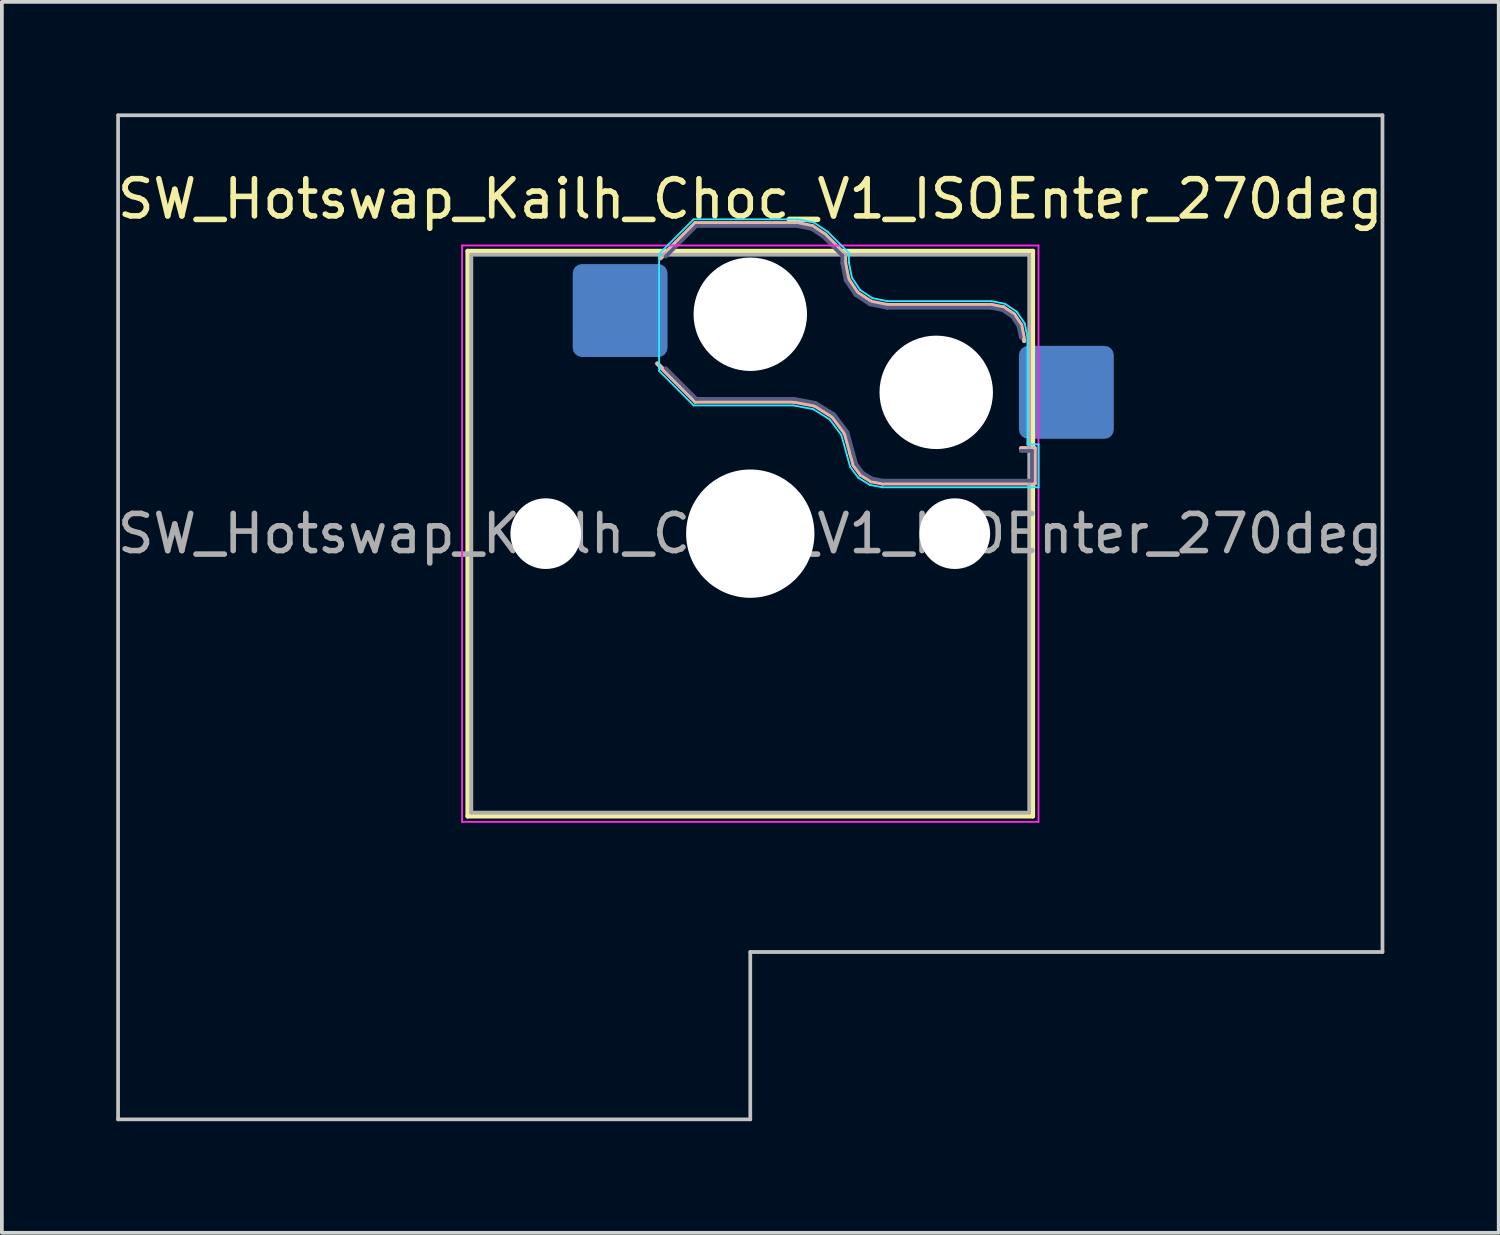
<source format=kicad_pcb>
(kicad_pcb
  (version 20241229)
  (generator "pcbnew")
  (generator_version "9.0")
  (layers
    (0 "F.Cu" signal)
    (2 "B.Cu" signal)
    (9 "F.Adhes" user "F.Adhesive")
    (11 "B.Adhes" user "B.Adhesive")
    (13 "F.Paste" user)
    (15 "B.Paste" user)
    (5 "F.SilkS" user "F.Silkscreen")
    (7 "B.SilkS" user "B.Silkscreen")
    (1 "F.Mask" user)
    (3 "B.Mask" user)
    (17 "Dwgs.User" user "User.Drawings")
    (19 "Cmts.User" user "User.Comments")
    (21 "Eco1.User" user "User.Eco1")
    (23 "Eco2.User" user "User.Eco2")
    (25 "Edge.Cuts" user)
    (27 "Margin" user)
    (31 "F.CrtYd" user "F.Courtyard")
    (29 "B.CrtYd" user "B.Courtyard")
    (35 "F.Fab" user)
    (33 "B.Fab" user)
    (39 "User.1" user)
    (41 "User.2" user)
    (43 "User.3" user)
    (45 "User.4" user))
  (footprint "SW_Hotswap_Kailh_Choc_V1_ISOEnter_270deg"
    (layer "F.Cu")
    (at 17.125 11.3)
    (property "Reference" "SW_Hotswap_Kailh_Choc_V1_ISOEnter_270deg" (at 0 -9 0) (layer "F.SilkS") (effects (font (size 1 1) (thickness 0.15))))
    (attr smd)
    (fp_line (start -7.6 -7.6) (end -7.6 7.6) (stroke (width 0.12) (type solid)) (layer "F.SilkS"))
    (fp_line (start -7.6 7.6) (end 7.6 7.6) (stroke (width 0.12) (type solid)) (layer "F.SilkS"))
    (fp_line (start 7.6 -7.6) (end -7.6 -7.6) (stroke (width 0.12) (type solid)) (layer "F.SilkS"))
    (fp_line (start 7.6 7.6) (end 7.6 -7.6) (stroke (width 0.12) (type solid)) (layer "F.SilkS"))
    (fp_line (start -2.416 -7.409) (end -1.479 -8.346) (stroke (width 0.12) (type solid)) (layer "B.SilkS"))
    (fp_line (start -1.479 -8.346) (end 1.268 -8.346) (stroke (width 0.12) (type solid)) (layer "B.SilkS"))
    (fp_line (start -1.479 -3.554) (end -2.5 -4.575) (stroke (width 0.12) (type solid)) (layer "B.SilkS"))
    (fp_line (start 1.168 -3.554) (end -1.479 -3.554) (stroke (width 0.12) (type solid)) (layer "B.SilkS"))
    (fp_line (start 1.268 -8.346) (end 1.671 -8.266) (stroke (width 0.12) (type solid)) (layer "B.SilkS"))
    (fp_line (start 1.671 -8.266) (end 2.013 -8.037) (stroke (width 0.12) (type solid)) (layer "B.SilkS"))
    (fp_line (start 1.73 -3.449) (end 1.168 -3.554) (stroke (width 0.12) (type solid)) (layer "B.SilkS"))
    (fp_line (start 2.013 -8.037) (end 2.546 -7.504) (stroke (width 0.12) (type solid)) (layer "B.SilkS"))
    (fp_line (start 2.209 -3.15) (end 1.73 -3.449) (stroke (width 0.12) (type solid)) (layer "B.SilkS"))
    (fp_line (start 2.546 -7.504) (end 2.546 -7.282) (stroke (width 0.12) (type solid)) (layer "B.SilkS"))
    (fp_line (start 2.546 -7.282) (end 2.633 -6.844) (stroke (width 0.12) (type solid)) (layer "B.SilkS"))
    (fp_line (start 2.547 -2.697) (end 2.209 -3.15) (stroke (width 0.12) (type solid)) (layer "B.SilkS"))
    (fp_line (start 2.633 -6.844) (end 2.877 -6.477) (stroke (width 0.12) (type solid)) (layer "B.SilkS"))
    (fp_line (start 2.701 -2.139) (end 2.547 -2.697) (stroke (width 0.12) (type solid)) (layer "B.SilkS"))
    (fp_line (start 2.783 -1.841) (end 2.701 -2.139) (stroke (width 0.12) (type solid)) (layer "B.SilkS"))
    (fp_line (start 2.877 -6.477) (end 3.244 -6.233) (stroke (width 0.12) (type solid)) (layer "B.SilkS"))
    (fp_line (start 2.976 -1.583) (end 2.783 -1.841) (stroke (width 0.12) (type solid)) (layer "B.SilkS"))
    (fp_line (start 3.244 -6.233) (end 3.682 -6.146) (stroke (width 0.12) (type solid)) (layer "B.SilkS"))
    (fp_line (start 3.25 -1.413) (end 2.976 -1.583) (stroke (width 0.12) (type solid)) (layer "B.SilkS"))
    (fp_line (start 3.56 -1.354) (end 3.25 -1.413) (stroke (width 0.12) (type solid)) (layer "B.SilkS"))
    (fp_line (start 3.682 -6.146) (end 6.482 -6.146) (stroke (width 0.12) (type solid)) (layer "B.SilkS"))
    (fp_line (start 6.482 -6.146) (end 6.809 -6.081) (stroke (width 0.12) (type solid)) (layer "B.SilkS"))
    (fp_line (start 6.809 -6.081) (end 7.092 -5.892) (stroke (width 0.12) (type solid)) (layer "B.SilkS"))
    (fp_line (start 7.092 -5.892) (end 7.281 -5.609) (stroke (width 0.12) (type solid)) (layer "B.SilkS"))
    (fp_line (start 7.281 -5.609) (end 7.366 -5.182) (stroke (width 0.12) (type solid)) (layer "B.SilkS"))
    (fp_line (start 7.283 -2.296) (end 7.646 -2.296) (stroke (width 0.12) (type solid)) (layer "B.SilkS"))
    (fp_line (start 7.646 -2.296) (end 7.646 -1.354) (stroke (width 0.12) (type solid)) (layer "B.SilkS"))
    (fp_line (start 7.646 -1.354) (end 3.56 -1.354) (stroke (width 0.12) (type solid)) (layer "B.SilkS"))
    (fp_line (start -17 -11.25) (end -17 15.75) (stroke (width 0.1) (type solid)) (layer "Dwgs.User"))
    (fp_line (start -17 15.75) (end 0 15.75) (stroke (width 0.1) (type solid)) (layer "Dwgs.User"))
    (fp_line (start 0 11.25) (end 17 11.25) (stroke (width 0.1) (type solid)) (layer "Dwgs.User"))
    (fp_line (start 0 15.75) (end 0 11.25) (stroke (width 0.1) (type solid)) (layer "Dwgs.User"))
    (fp_line (start 17 -11.25) (end -17 -11.25) (stroke (width 0.1) (type solid)) (layer "Dwgs.User"))
    (fp_line (start 17 11.25) (end 17 -11.25) (stroke (width 0.1) (type solid)) (layer "Dwgs.User"))
    (fp_line (start -7.25 -7.25) (end -7.25 7.25) (stroke (width 0.1) (type solid)) (layer "Eco1.User"))
    (fp_line (start -7.25 7.25) (end 7.25 7.25) (stroke (width 0.1) (type solid)) (layer "Eco1.User"))
    (fp_line (start 7.25 -7.25) (end -7.25 -7.25) (stroke (width 0.1) (type solid)) (layer "Eco1.User"))
    (fp_line (start 7.25 7.25) (end 7.25 -7.25) (stroke (width 0.1) (type solid)) (layer "Eco1.User"))
    (fp_line (start -2.452 -7.523) (end -1.523 -8.452) (stroke (width 0.05) (type solid)) (layer "B.CrtYd"))
    (fp_line (start -2.452 -4.377) (end -2.452 -7.523) (stroke (width 0.05) (type solid)) (layer "B.CrtYd"))
    (fp_line (start -1.523 -8.452) (end 1.278 -8.452) (stroke (width 0.05) (type solid)) (layer "B.CrtYd"))
    (fp_line (start -1.523 -3.448) (end -2.452 -4.377) (stroke (width 0.05) (type solid)) (layer "B.CrtYd"))
    (fp_line (start 1.159 -3.448) (end -1.523 -3.448) (stroke (width 0.05) (type solid)) (layer "B.CrtYd"))
    (fp_line (start 1.278 -8.452) (end 1.712 -8.366) (stroke (width 0.05) (type solid)) (layer "B.CrtYd"))
    (fp_line (start 1.691 -3.348) (end 1.159 -3.448) (stroke (width 0.05) (type solid)) (layer "B.CrtYd"))
    (fp_line (start 1.712 -8.366) (end 2.081 -8.119) (stroke (width 0.05) (type solid)) (layer "B.CrtYd"))
    (fp_line (start 2.081 -8.119) (end 2.652 -7.548) (stroke (width 0.05) (type solid)) (layer "B.CrtYd"))
    (fp_line (start 2.136 -3.071) (end 1.691 -3.348) (stroke (width 0.05) (type solid)) (layer "B.CrtYd"))
    (fp_line (start 2.45 -2.65) (end 2.136 -3.071) (stroke (width 0.05) (type solid)) (layer "B.CrtYd"))
    (fp_line (start 2.599 -2.111) (end 2.45 -2.65) (stroke (width 0.05) (type solid)) (layer "B.CrtYd"))
    (fp_line (start 2.652 -7.548) (end 2.652 -7.292) (stroke (width 0.05) (type solid)) (layer "B.CrtYd"))
    (fp_line (start 2.652 -7.292) (end 2.733 -6.885) (stroke (width 0.05) (type solid)) (layer "B.CrtYd"))
    (fp_line (start 2.687 -1.794) (end 2.599 -2.111) (stroke (width 0.05) (type solid)) (layer "B.CrtYd"))
    (fp_line (start 2.733 -6.885) (end 2.953 -6.553) (stroke (width 0.05) (type solid)) (layer "B.CrtYd"))
    (fp_line (start 2.903 -1.503) (end 2.687 -1.794) (stroke (width 0.05) (type solid)) (layer "B.CrtYd"))
    (fp_line (start 2.953 -6.553) (end 3.285 -6.333) (stroke (width 0.05) (type solid)) (layer "B.CrtYd"))
    (fp_line (start 3.211 -1.312) (end 2.903 -1.503) (stroke (width 0.05) (type solid)) (layer "B.CrtYd"))
    (fp_line (start 3.285 -6.333) (end 3.692 -6.252) (stroke (width 0.05) (type solid)) (layer "B.CrtYd"))
    (fp_line (start 3.55 -1.248) (end 3.211 -1.312) (stroke (width 0.05) (type solid)) (layer "B.CrtYd"))
    (fp_line (start 3.692 -6.252) (end 6.492 -6.252) (stroke (width 0.05) (type solid)) (layer "B.CrtYd"))
    (fp_line (start 6.492 -6.252) (end 6.85 -6.181) (stroke (width 0.05) (type solid)) (layer "B.CrtYd"))
    (fp_line (start 6.85 -6.181) (end 7.168 -5.968) (stroke (width 0.05) (type solid)) (layer "B.CrtYd"))
    (fp_line (start 7.168 -5.968) (end 7.381 -5.65) (stroke (width 0.05) (type solid)) (layer "B.CrtYd"))
    (fp_line (start 7.381 -5.65) (end 7.452 -5.292) (stroke (width 0.05) (type solid)) (layer "B.CrtYd"))
    (fp_line (start 7.452 -5.292) (end 7.452 -2.402) (stroke (width 0.05) (type solid)) (layer "B.CrtYd"))
    (fp_line (start 7.452 -2.402) (end 7.752 -2.402) (stroke (width 0.05) (type solid)) (layer "B.CrtYd"))
    (fp_line (start 7.752 -2.402) (end 7.752 -1.248) (stroke (width 0.05) (type solid)) (layer "B.CrtYd"))
    (fp_line (start 7.752 -1.248) (end 3.55 -1.248) (stroke (width 0.05) (type solid)) (layer "B.CrtYd"))
    (fp_line (start -7.75 -7.75) (end -7.75 7.75) (stroke (width 0.05) (type solid)) (layer "F.CrtYd"))
    (fp_line (start -7.75 7.75) (end 7.75 7.75) (stroke (width 0.05) (type solid)) (layer "F.CrtYd"))
    (fp_line (start 7.75 -7.75) (end -7.75 -7.75) (stroke (width 0.05) (type solid)) (layer "F.CrtYd"))
    (fp_line (start 7.75 7.75) (end 7.75 -7.75) (stroke (width 0.05) (type solid)) (layer "F.CrtYd"))
    (fp_line (start -2.275 -7.45) (end -1.45 -8.275) (stroke (width 0.1) (type solid)) (layer "B.Fab"))
    (fp_line (start -1.45 -8.275) (end 1.261 -8.275) (stroke (width 0.1) (type solid)) (layer "B.Fab"))
    (fp_line (start -1.45 -3.625) (end -2.275 -4.45) (stroke (width 0.1) (type solid)) (layer "B.Fab"))
    (fp_line (start 1.175 -3.625) (end -1.45 -3.625) (stroke (width 0.1) (type solid)) (layer "B.Fab"))
    (fp_line (start 1.261 -8.275) (end 1.643 -8.199) (stroke (width 0.1) (type solid)) (layer "B.Fab"))
    (fp_line (start 1.643 -8.199) (end 1.968 -7.982) (stroke (width 0.1) (type solid)) (layer "B.Fab"))
    (fp_line (start 1.756 -3.516) (end 1.175 -3.625) (stroke (width 0.1) (type solid)) (layer "B.Fab"))
    (fp_line (start 1.968 -7.982) (end 2.475 -7.475) (stroke (width 0.1) (type solid)) (layer "B.Fab"))
    (fp_line (start 2.258 -3.203) (end 1.756 -3.516) (stroke (width 0.1) (type solid)) (layer "B.Fab"))
    (fp_line (start 2.475 -7.475) (end 2.475 -7.275) (stroke (width 0.1) (type solid)) (layer "B.Fab"))
    (fp_line (start 2.475 -7.275) (end 2.566 -6.816) (stroke (width 0.1) (type solid)) (layer "B.Fab"))
    (fp_line (start 2.566 -6.816) (end 2.826 -6.426) (stroke (width 0.1) (type solid)) (layer "B.Fab"))
    (fp_line (start 2.612 -2.729) (end 2.258 -3.203) (stroke (width 0.1) (type solid)) (layer "B.Fab"))
    (fp_line (start 2.769 -2.158) (end 2.612 -2.729) (stroke (width 0.1) (type solid)) (layer "B.Fab"))
    (fp_line (start 2.826 -6.426) (end 3.216 -6.166) (stroke (width 0.1) (type solid)) (layer "B.Fab"))
    (fp_line (start 2.848 -1.873) (end 2.769 -2.158) (stroke (width 0.1) (type solid)) (layer "B.Fab"))
    (fp_line (start 3.025 -1.636) (end 2.848 -1.873) (stroke (width 0.1) (type solid)) (layer "B.Fab"))
    (fp_line (start 3.216 -6.166) (end 3.675 -6.075) (stroke (width 0.1) (type solid)) (layer "B.Fab"))
    (fp_line (start 3.276 -1.48) (end 3.025 -1.636) (stroke (width 0.1) (type solid)) (layer "B.Fab"))
    (fp_line (start 3.567 -1.425) (end 3.276 -1.48) (stroke (width 0.1) (type solid)) (layer "B.Fab"))
    (fp_line (start 3.675 -6.075) (end 6.475 -6.075) (stroke (width 0.1) (type solid)) (layer "B.Fab"))
    (fp_line (start 6.475 -6.075) (end 6.781 -6.014) (stroke (width 0.1) (type solid)) (layer "B.Fab"))
    (fp_line (start 6.781 -6.014) (end 7.041 -5.841) (stroke (width 0.1) (type solid)) (layer "B.Fab"))
    (fp_line (start 7.041 -5.841) (end 7.214 -5.581) (stroke (width 0.1) (type solid)) (layer "B.Fab"))
    (fp_line (start 7.214 -5.581) (end 7.275 -5.275) (stroke (width 0.1) (type solid)) (layer "B.Fab"))
    (fp_line (start 7.275 -2.225) (end 7.575 -2.225) (stroke (width 0.1) (type solid)) (layer "B.Fab"))
    (fp_line (start 7.575 -2.225) (end 7.575 -1.425) (stroke (width 0.1) (type solid)) (layer "B.Fab"))
    (fp_line (start 7.575 -1.425) (end 3.567 -1.425) (stroke (width 0.1) (type solid)) (layer "B.Fab"))
    (fp_line (start -7.5 -7.5) (end -7.5 7.5) (stroke (width 0.1) (type solid)) (layer "F.Fab"))
    (fp_line (start -7.5 7.5) (end 7.5 7.5) (stroke (width 0.1) (type solid)) (layer "F.Fab"))
    (fp_line (start 7.5 -7.5) (end -7.5 -7.5) (stroke (width 0.1) (type solid)) (layer "F.Fab"))
    (fp_line (start 7.5 7.5) (end 7.5 -7.5) (stroke (width 0.1) (type solid)) (layer "F.Fab"))
    (fp_text user "${REFERENCE}" (at 0 0 0) (layer "F.Fab") (effects (font (size 1 1) (thickness 0.15))))
    (pad "" np_thru_hole circle (at -5.5 0) (size 1.9 1.9) (drill 1.9) (layers "*.Cu" "*.Mask"))
    (pad "" np_thru_hole circle (at 0 -5.9) (size 3.05 3.05) (drill 3.05) (layers "*.Cu" "*.Mask"))
    (pad "" np_thru_hole circle (at 0 0) (size 3.45 3.45) (drill 3.45) (layers "*.Cu" "*.Mask"))
    (pad "" np_thru_hole circle (at 5 -3.8) (size 3.05 3.05) (drill 3.05) (layers "*.Cu" "*.Mask"))
    (pad "" np_thru_hole circle (at 5.5 0) (size 1.9 1.9) (drill 1.9) (layers "*.Cu" "*.Mask"))
    (pad "1" smd roundrect (at -3.5 -6) (size 2.55 2.5) (layers "B.Cu" "B.Mask" "B.Paste") (roundrect_rratio 0.1))
    (pad "2" smd roundrect (at 8.5 -3.8) (size 2.55 2.5) (layers "B.Cu" "B.Mask" "B.Paste") (roundrect_rratio 0.1)))
  (gr_rect
    (start -3 -3)
    (end 37.25 30.1)
    (stroke (width 0.1) (type default))
    (fill no)
    (layer "Edge.Cuts")))
</source>
